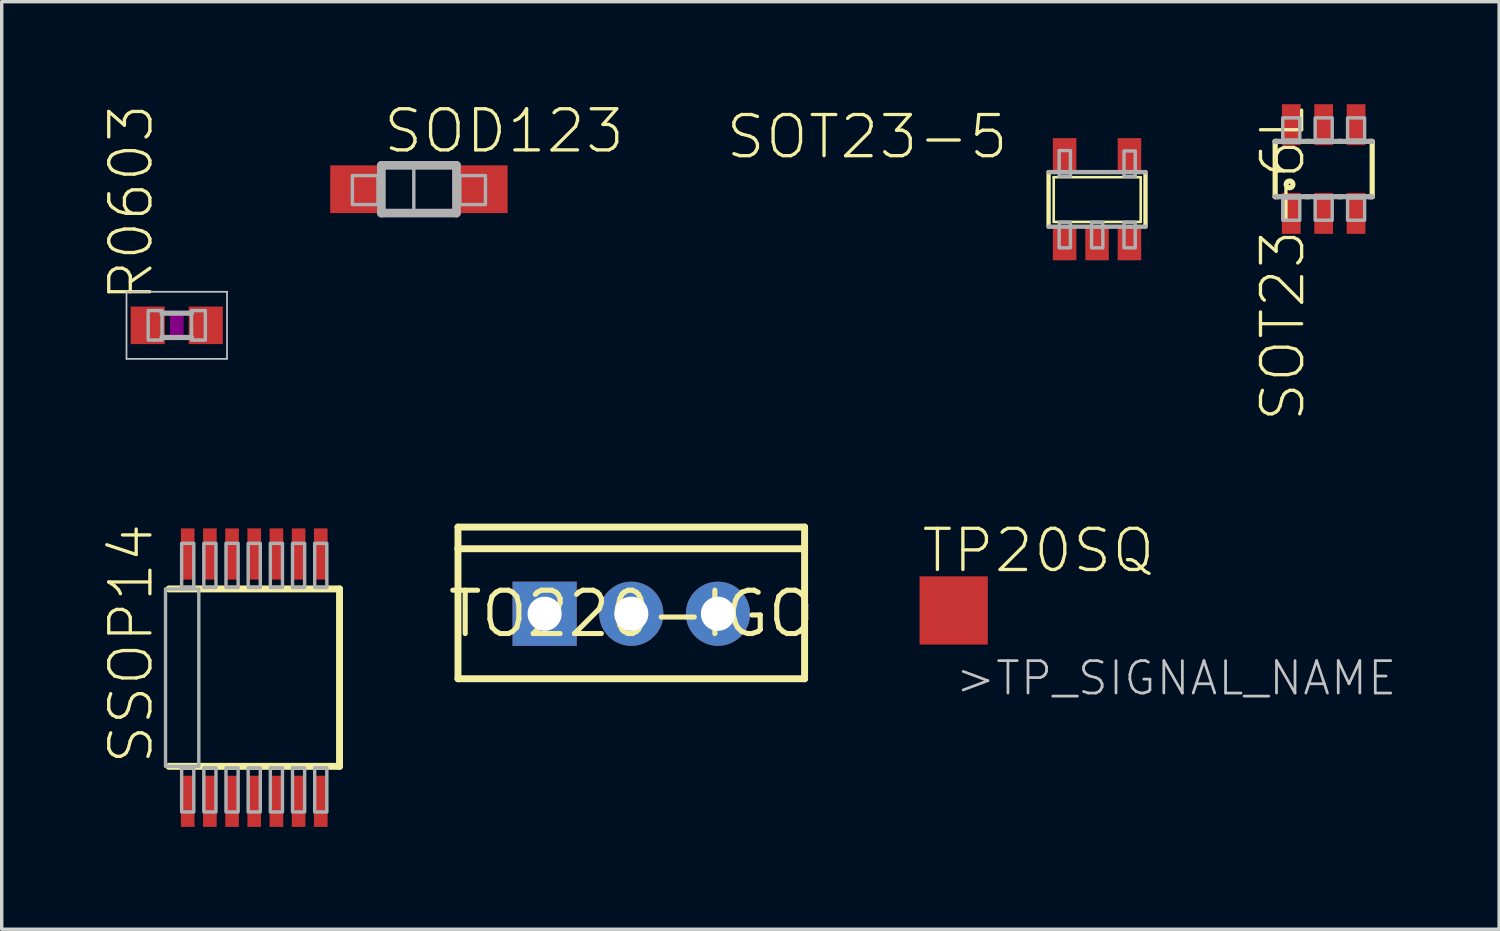
<source format=kicad_pcb>
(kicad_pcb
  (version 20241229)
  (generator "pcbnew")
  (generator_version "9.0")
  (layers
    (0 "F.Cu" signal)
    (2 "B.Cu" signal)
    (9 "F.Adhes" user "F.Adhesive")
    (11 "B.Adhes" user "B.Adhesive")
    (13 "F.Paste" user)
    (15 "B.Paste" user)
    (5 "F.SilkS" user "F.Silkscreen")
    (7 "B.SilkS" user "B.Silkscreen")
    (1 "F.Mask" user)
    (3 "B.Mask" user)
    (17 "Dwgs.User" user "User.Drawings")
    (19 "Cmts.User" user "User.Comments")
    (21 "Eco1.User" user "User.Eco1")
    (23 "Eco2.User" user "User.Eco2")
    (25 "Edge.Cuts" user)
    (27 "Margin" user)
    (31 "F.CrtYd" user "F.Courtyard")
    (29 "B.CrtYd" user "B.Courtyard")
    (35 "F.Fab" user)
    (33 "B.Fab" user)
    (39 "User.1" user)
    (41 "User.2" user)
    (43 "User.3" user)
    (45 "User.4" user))
  (footprint "TO220-IGO"
    (layer "F.Cu")
    (at 15.454 14.94)
    (property "Reference" "TO220-IGO" (at 0 0 0) (layer "F.SilkS") (effects (font (size 1.27 1.27) (thickness 0.15))))
    (attr through_hole)
    (fp_line (start -5.08 -2.54) (end 5.08 -2.54) (stroke (width 0.203) (type solid)) (layer "F.SilkS"))
    (fp_line (start -5.08 -1.905) (end -5.08 -2.54) (stroke (width 0.203) (type solid)) (layer "F.SilkS"))
    (fp_line (start -5.08 1.905) (end -5.08 -1.905) (stroke (width 0.203) (type solid)) (layer "F.SilkS"))
    (fp_line (start 5.08 -2.54) (end 5.08 -1.905) (stroke (width 0.203) (type solid)) (layer "F.SilkS"))
    (fp_line (start 5.08 -1.905) (end -5.08 -1.905) (stroke (width 0.203) (type solid)) (layer "F.SilkS"))
    (fp_line (start 5.08 -1.905) (end 5.08 1.905) (stroke (width 0.203) (type solid)) (layer "F.SilkS"))
    (fp_line (start 5.08 1.905) (end -5.08 1.905) (stroke (width 0.203) (type solid)) (layer "F.SilkS"))
    (pad "GND" thru_hole circle (at 0 0) (size 1.88 1.88) (drill 1) (layers "*.Cu" "*.Mask"))
    (pad "IN" thru_hole rect (at -2.54 0) (size 1.88 1.88) (drill 1) (layers "*.Cu" "*.Mask"))
    (pad "OUT" thru_hole circle (at 2.54 0) (size 1.88 1.88) (drill 1) (layers "*.Cu" "*.Mask")))
  (footprint "SSOP14"
    (layer "F.Cu")
    (at 4.402 16.813)
    (property "Reference" "SSOP14" (at -2.906 2.6 90) (layer "F.SilkS") (effects (font (size 1.206 1.206) (thickness 0.097)) (justify left bottom)))
    (attr through_hole)
    (fp_line (start -2.5 2.6) (end 2.5 2.6) (stroke (width 0.203) (type solid)) (layer "F.SilkS"))
    (fp_line (start 2.5 -2.6) (end -2.5 -2.6) (stroke (width 0.203) (type solid)) (layer "F.SilkS"))
    (fp_line (start 2.5 2.6) (end 2.5 -2.6) (stroke (width 0.203) (type solid)) (layer "F.SilkS"))
    (fp_poly (pts (xy -2.6 2.6) (xy -1.625 2.6) (xy -1.625 -2.6) (xy -2.6 -2.6)) (stroke (width 0.1) (type solid)) (fill no) (layer "F.Fab"))
    (fp_poly (pts (xy -2.128 -2.642) (xy -1.772 -2.642) (xy -1.772 -3.937) (xy -2.128 -3.937)) (stroke (width 0.1) (type solid)) (fill no) (layer "F.Fab"))
    (fp_poly (pts (xy -2.128 3.937) (xy -1.772 3.937) (xy -1.772 2.642) (xy -2.128 2.642)) (stroke (width 0.1) (type solid)) (fill no) (layer "F.Fab"))
    (fp_poly (pts (xy -1.478 -2.642) (xy -1.122 -2.642) (xy -1.122 -3.937) (xy -1.478 -3.937)) (stroke (width 0.1) (type solid)) (fill no) (layer "F.Fab"))
    (fp_poly (pts (xy -1.478 3.937) (xy -1.122 3.937) (xy -1.122 2.642) (xy -1.478 2.642)) (stroke (width 0.1) (type solid)) (fill no) (layer "F.Fab"))
    (fp_poly (pts (xy -0.828 -2.642) (xy -0.472 -2.642) (xy -0.472 -3.937) (xy -0.828 -3.937)) (stroke (width 0.1) (type solid)) (fill no) (layer "F.Fab"))
    (fp_poly (pts (xy -0.828 3.937) (xy -0.472 3.937) (xy -0.472 2.642) (xy -0.828 2.642)) (stroke (width 0.1) (type solid)) (fill no) (layer "F.Fab"))
    (fp_poly (pts (xy -0.178 -2.642) (xy 0.178 -2.642) (xy 0.178 -3.937) (xy -0.178 -3.937)) (stroke (width 0.1) (type solid)) (fill no) (layer "F.Fab"))
    (fp_poly (pts (xy -0.178 3.937) (xy 0.178 3.937) (xy 0.178 2.642) (xy -0.178 2.642)) (stroke (width 0.1) (type solid)) (fill no) (layer "F.Fab"))
    (fp_poly (pts (xy 0.472 -2.642) (xy 0.828 -2.642) (xy 0.828 -3.937) (xy 0.472 -3.937)) (stroke (width 0.1) (type solid)) (fill no) (layer "F.Fab"))
    (fp_poly (pts (xy 0.472 3.937) (xy 0.828 3.937) (xy 0.828 2.642) (xy 0.472 2.642)) (stroke (width 0.1) (type solid)) (fill no) (layer "F.Fab"))
    (fp_poly (pts (xy 1.122 -2.642) (xy 1.478 -2.642) (xy 1.478 -3.937) (xy 1.122 -3.937)) (stroke (width 0.1) (type solid)) (fill no) (layer "F.Fab"))
    (fp_poly (pts (xy 1.122 3.937) (xy 1.478 3.937) (xy 1.478 2.642) (xy 1.122 2.642)) (stroke (width 0.1) (type solid)) (fill no) (layer "F.Fab"))
    (fp_poly (pts (xy 1.772 -2.642) (xy 2.128 -2.642) (xy 2.128 -3.937) (xy 1.772 -3.937)) (stroke (width 0.1) (type solid)) (fill no) (layer "F.Fab"))
    (fp_poly (pts (xy 1.772 3.937) (xy 2.128 3.937) (xy 2.128 2.642) (xy 1.772 2.642)) (stroke (width 0.1) (type solid)) (fill no) (layer "F.Fab"))
    (pad "1" smd rect (at -1.95 3.625) (size 0.4 1.5) (layers "F.Cu" "F.Mask" "F.Paste"))
    (pad "2" smd rect (at -1.3 3.625) (size 0.4 1.5) (layers "F.Cu" "F.Mask" "F.Paste"))
    (pad "3" smd rect (at -0.65 3.625) (size 0.4 1.5) (layers "F.Cu" "F.Mask" "F.Paste"))
    (pad "4" smd rect (at 0 3.625) (size 0.4 1.5) (layers "F.Cu" "F.Mask" "F.Paste"))
    (pad "5" smd rect (at 0.65 3.625) (size 0.4 1.5) (layers "F.Cu" "F.Mask" "F.Paste"))
    (pad "6" smd rect (at 1.3 3.625) (size 0.4 1.5) (layers "F.Cu" "F.Mask" "F.Paste"))
    (pad "7" smd rect (at 1.95 3.625) (size 0.4 1.5) (layers "F.Cu" "F.Mask" "F.Paste"))
    (pad "8" smd rect (at 1.95 -3.625) (size 0.4 1.5) (layers "F.Cu" "F.Mask" "F.Paste"))
    (pad "9" smd rect (at 1.3 -3.625) (size 0.4 1.5) (layers "F.Cu" "F.Mask" "F.Paste"))
    (pad "10" smd rect (at 0.65 -3.625) (size 0.4 1.5) (layers "F.Cu" "F.Mask" "F.Paste"))
    (pad "11" smd rect (at 0 -3.625) (size 0.4 1.5) (layers "F.Cu" "F.Mask" "F.Paste"))
    (pad "12" smd rect (at -0.65 -3.625) (size 0.4 1.5) (layers "F.Cu" "F.Mask" "F.Paste"))
    (pad "13" smd rect (at -1.3 -3.625) (size 0.4 1.5) (layers "F.Cu" "F.Mask" "F.Paste"))
    (pad "14" smd rect (at -1.95 -3.625) (size 0.4 1.5) (layers "F.Cu" "F.Mask" "F.Paste")))
  (footprint "SOT23-6L"
    (layer "F.Cu")
    (at 35.749 1.905)
    (property "Reference" "SOT23-6L" (at -1.905 -1.905 270) (layer "F.SilkS") (effects (font (size 1.206 1.206) (thickness 0.097)) (justify right top)))
    (attr through_hole)
    (fp_line (start -1.422 -0.81) (end -1.328 -0.81) (stroke (width 0.152) (type solid)) (layer "F.SilkS"))
    (fp_line (start -1.422 0.81) (end -1.422 -0.81) (stroke (width 0.152) (type solid)) (layer "F.SilkS"))
    (fp_line (start -1.328 0.81) (end -1.422 0.81) (stroke (width 0.152) (type solid)) (layer "F.SilkS"))
    (fp_line (start -0.522 -0.81) (end -0.428 -0.81) (stroke (width 0.152) (type solid)) (layer "F.SilkS"))
    (fp_line (start -0.428 0.81) (end -0.522 0.81) (stroke (width 0.152) (type solid)) (layer "F.SilkS"))
    (fp_line (start 0.428 -0.81) (end 0.522 -0.81) (stroke (width 0.152) (type solid)) (layer "F.SilkS"))
    (fp_line (start 0.522 0.81) (end 0.428 0.81) (stroke (width 0.152) (type solid)) (layer "F.SilkS"))
    (fp_line (start 1.328 -0.81) (end 1.422 -0.81) (stroke (width 0.152) (type solid)) (layer "F.SilkS"))
    (fp_line (start 1.422 -0.81) (end 1.422 0.81) (stroke (width 0.152) (type solid)) (layer "F.SilkS"))
    (fp_line (start 1.422 0.81) (end 1.328 0.81) (stroke (width 0.152) (type solid)) (layer "F.SilkS"))
    (fp_circle (center -1 0.45) (end -0.9 0.45) (stroke (width 0.152) (type solid)) (fill no) (layer "F.SilkS"))
    (fp_line (start -1.422 -0.81) (end 1.422 -0.81) (stroke (width 0.152) (type solid)) (layer "F.Fab"))
    (fp_line (start 1.422 0.81) (end -1.422 0.81) (stroke (width 0.152) (type solid)) (layer "F.Fab"))
    (fp_poly (pts (xy -1.2 -0.85) (xy -0.7 -0.85) (xy -0.7 -1.5) (xy -1.2 -1.5)) (stroke (width 0.1) (type solid)) (fill no) (layer "F.Fab"))
    (fp_poly (pts (xy -1.2 1.5) (xy -0.7 1.5) (xy -0.7 0.85) (xy -1.2 0.85)) (stroke (width 0.1) (type solid)) (fill no) (layer "F.Fab"))
    (fp_poly (pts (xy -0.25 -0.85) (xy 0.25 -0.85) (xy 0.25 -1.5) (xy -0.25 -1.5)) (stroke (width 0.1) (type solid)) (fill no) (layer "F.Fab"))
    (fp_poly (pts (xy -0.25 1.5) (xy 0.25 1.5) (xy 0.25 0.85) (xy -0.25 0.85)) (stroke (width 0.1) (type solid)) (fill no) (layer "F.Fab"))
    (fp_poly (pts (xy 0.7 -0.85) (xy 1.2 -0.85) (xy 1.2 -1.5) (xy 0.7 -1.5)) (stroke (width 0.1) (type solid)) (fill no) (layer "F.Fab"))
    (fp_poly (pts (xy 0.7 1.5) (xy 1.2 1.5) (xy 1.2 0.85) (xy 0.7 0.85)) (stroke (width 0.1) (type solid)) (fill no) (layer "F.Fab"))
    (pad "1" smd rect (at -0.95 1.3) (size 0.55 1.2) (layers "F.Cu" "F.Mask" "F.Paste"))
    (pad "2" smd rect (at 0 1.3) (size 0.55 1.2) (layers "F.Cu" "F.Mask" "F.Paste"))
    (pad "3" smd rect (at 0.95 1.3) (size 0.55 1.2) (layers "F.Cu" "F.Mask" "F.Paste"))
    (pad "4" smd rect (at 0.95 -1.3) (size 0.55 1.2) (layers "F.Cu" "F.Mask" "F.Paste"))
    (pad "5" smd rect (at 0 -1.3) (size 0.55 1.2) (layers "F.Cu" "F.Mask" "F.Paste"))
    (pad "6" smd rect (at -0.95 -1.3) (size 0.55 1.2) (layers "F.Cu" "F.Mask" "F.Paste")))
  (footprint "TP20SQ"
    (layer "F.Cu")
    (at 24.904 14.844)
    (property "Reference" "TP20SQ" (at -1 -1.05 0) (layer "F.SilkS") (effects (font (size 1.206 1.206) (thickness 0.097)) (justify left bottom)))
    (attr through_hole)
    (fp_text user ">TP_SIGNAL_NAME" (at 0 2.54 0) (layer "Dwgs.User") (effects (font (size 0.95 0.95) (thickness 0.08)) (justify left bottom)))
    (pad "TP" smd rect (at 0 0) (size 2 2) (layers "F.Cu" "F.Mask")))
  (footprint "R0603"
    (layer "F.Cu")
    (at 2.131 6.486)
    (property "Reference" "R0603" (at -0.635 -0.635 90) (layer "F.SilkS") (effects (font (size 1.206 1.206) (thickness 0.097)) (justify left bottom)))
    (attr through_hole)
    (fp_poly (pts (xy -0.2 0.4) (xy 0.2 0.4) (xy 0.2 -0.4) (xy -0.2 -0.4)) (stroke (width 0) (type solid)) (fill yes) (layer "F.Adhes"))
    (fp_line (start -1.473 -0.983) (end 1.473 -0.983) (stroke (width 0.051) (type solid)) (layer "Dwgs.User"))
    (fp_line (start -1.473 0.983) (end -1.473 -0.983) (stroke (width 0.051) (type solid)) (layer "Dwgs.User"))
    (fp_line (start 1.473 -0.983) (end 1.473 0.983) (stroke (width 0.051) (type solid)) (layer "Dwgs.User"))
    (fp_line (start 1.473 0.983) (end -1.473 0.983) (stroke (width 0.051) (type solid)) (layer "Dwgs.User"))
    (fp_line (start -0.432 0.356) (end 0.432 0.356) (stroke (width 0.152) (type solid)) (layer "F.Fab"))
    (fp_line (start 0.432 -0.356) (end -0.432 -0.356) (stroke (width 0.152) (type solid)) (layer "F.Fab"))
    (fp_poly (pts (xy -0.838 0.432) (xy -0.432 0.432) (xy -0.432 -0.432) (xy -0.838 -0.432)) (stroke (width 0.1) (type solid)) (fill no) (layer "F.Fab"))
    (fp_poly (pts (xy 0.432 0.432) (xy 0.838 0.432) (xy 0.838 -0.432) (xy 0.432 -0.432)) (stroke (width 0.1) (type solid)) (fill no) (layer "F.Fab"))
    (pad "1" smd rect (at -0.85 0) (size 1 1.1) (layers "F.Cu" "F.Mask" "F.Paste"))
    (pad "2" smd rect (at 0.85 0) (size 1 1.1) (layers "F.Cu" "F.Mask" "F.Paste")))
  (footprint "SOT23-5"
    (layer "F.Cu")
    (at 29.106 2.794)
    (property "Reference" "SOT23-5" (at -2.54 -2.54 180) (layer "F.SilkS") (effects (font (size 1.206 1.206) (thickness 0.097)) (justify right top)))
    (attr through_hole)
    (fp_line (start -1.42 0.8) (end -1.42 -0.8) (stroke (width 0.127) (type solid)) (layer "F.SilkS"))
    (fp_line (start -1.27 -0.65) (end 1.28 -0.65) (stroke (width 0.075) (type solid)) (layer "F.SilkS"))
    (fp_line (start -1.27 0.66) (end -1.27 -0.65) (stroke (width 0.075) (type solid)) (layer "F.SilkS"))
    (fp_line (start 0 1.29) (end 0 1.3) (stroke (width 0.01) (type solid)) (layer "F.SilkS"))
    (fp_line (start 1.28 -0.65) (end 1.28 0.66) (stroke (width 0.075) (type solid)) (layer "F.SilkS"))
    (fp_line (start 1.28 0.66) (end -1.27 0.66) (stroke (width 0.075) (type solid)) (layer "F.SilkS"))
    (fp_line (start 1.42 -0.8) (end 1.42 0.8) (stroke (width 0.127) (type solid)) (layer "F.SilkS"))
    (fp_line (start -1.42 -0.8) (end 1.42 -0.8) (stroke (width 0.127) (type solid)) (layer "F.Fab"))
    (fp_line (start 1.42 0.8) (end -1.42 0.8) (stroke (width 0.127) (type solid)) (layer "F.Fab"))
    (fp_poly (pts (xy -1.11 -0.68) (xy -0.78 -0.68) (xy -0.78 -1.43) (xy -1.11 -1.43)) (stroke (width 0.1) (type solid)) (fill no) (layer "F.Fab"))
    (fp_poly (pts (xy -1.11 1.42) (xy -0.78 1.42) (xy -0.78 0.67) (xy -1.11 0.67)) (stroke (width 0.1) (type solid)) (fill no) (layer "F.Fab"))
    (fp_poly (pts (xy -0.16 1.42) (xy 0.17 1.42) (xy 0.17 0.67) (xy -0.16 0.67)) (stroke (width 0.1) (type solid)) (fill no) (layer "F.Fab"))
    (fp_poly (pts (xy 0.79 -0.67) (xy 1.12 -0.67) (xy 1.12 -1.42) (xy 0.79 -1.42)) (stroke (width 0.1) (type solid)) (fill no) (layer "F.Fab"))
    (fp_poly (pts (xy 0.79 1.42) (xy 1.12 1.42) (xy 1.12 0.67) (xy 0.79 0.67)) (stroke (width 0.1) (type solid)) (fill no) (layer "F.Fab"))
    (pad "1" smd rect (at -0.95 1.29) (size 0.69 0.99) (layers "F.Cu" "F.Mask" "F.Paste"))
    (pad "2" smd rect (at 0 1.29) (size 0.69 0.99) (layers "F.Cu" "F.Mask" "F.Paste"))
    (pad "3" smd rect (at 0.95 1.29) (size 0.69 0.99) (layers "F.Cu" "F.Mask" "F.Paste"))
    (pad "4" smd rect (at 0.95 -1.3) (size 0.69 0.99) (layers "F.Cu" "F.Mask" "F.Paste"))
    (pad "5" smd rect (at -0.95 -1.3) (size 0.69 0.99) (layers "F.Cu" "F.Mask" "F.Paste")))
  (footprint "SOD123"
    (layer "F.Cu")
    (at 9.229 2.496)
    (property "Reference" "SOD123" (at -1.1 -1 180) (layer "F.SilkS") (effects (font (size 1.206 1.206) (thickness 0.097)) (justify left bottom)))
    (attr through_hole)
    (fp_line (start -1.1 -0.7) (end 1.1 -0.7) (stroke (width 0.254) (type solid)) (layer "F.Fab"))
    (fp_line (start -1.1 0.7) (end -1.1 -0.7) (stroke (width 0.254) (type solid)) (layer "F.Fab"))
    (fp_line (start 1.1 -0.7) (end 1.1 0.7) (stroke (width 0.254) (type solid)) (layer "F.Fab"))
    (fp_line (start 1.1 0.7) (end -1.1 0.7) (stroke (width 0.254) (type solid)) (layer "F.Fab"))
    (fp_poly (pts (xy -1.95 0.45) (xy -1.2 0.45) (xy -1.2 -0.4) (xy -1.95 -0.4)) (stroke (width 0.1) (type solid)) (fill no) (layer "F.Fab"))
    (fp_poly (pts (xy -1.05 0.65) (xy -0.15 0.65) (xy -0.15 -0.7) (xy -1.05 -0.7)) (stroke (width 0.1) (type solid)) (fill no) (layer "F.Fab"))
    (fp_poly (pts (xy 1.2 0.45) (xy 1.95 0.45) (xy 1.95 -0.4) (xy 1.2 -0.4)) (stroke (width 0.1) (type solid)) (fill no) (layer "F.Fab"))
    (pad "A" smd rect (at 1.9 0) (size 1.4 1.4) (layers "F.Cu" "F.Mask" "F.Paste"))
    (pad "C" smd rect (at -1.9 0) (size 1.4 1.4) (layers "F.Cu" "F.Mask" "F.Paste")))
  (gr_rect
    (start -3 -3)
    (end 40.892 24.188)
    (stroke (width 0.1) (type default))
    (fill no)
    (layer "Edge.Cuts")))
</source>
